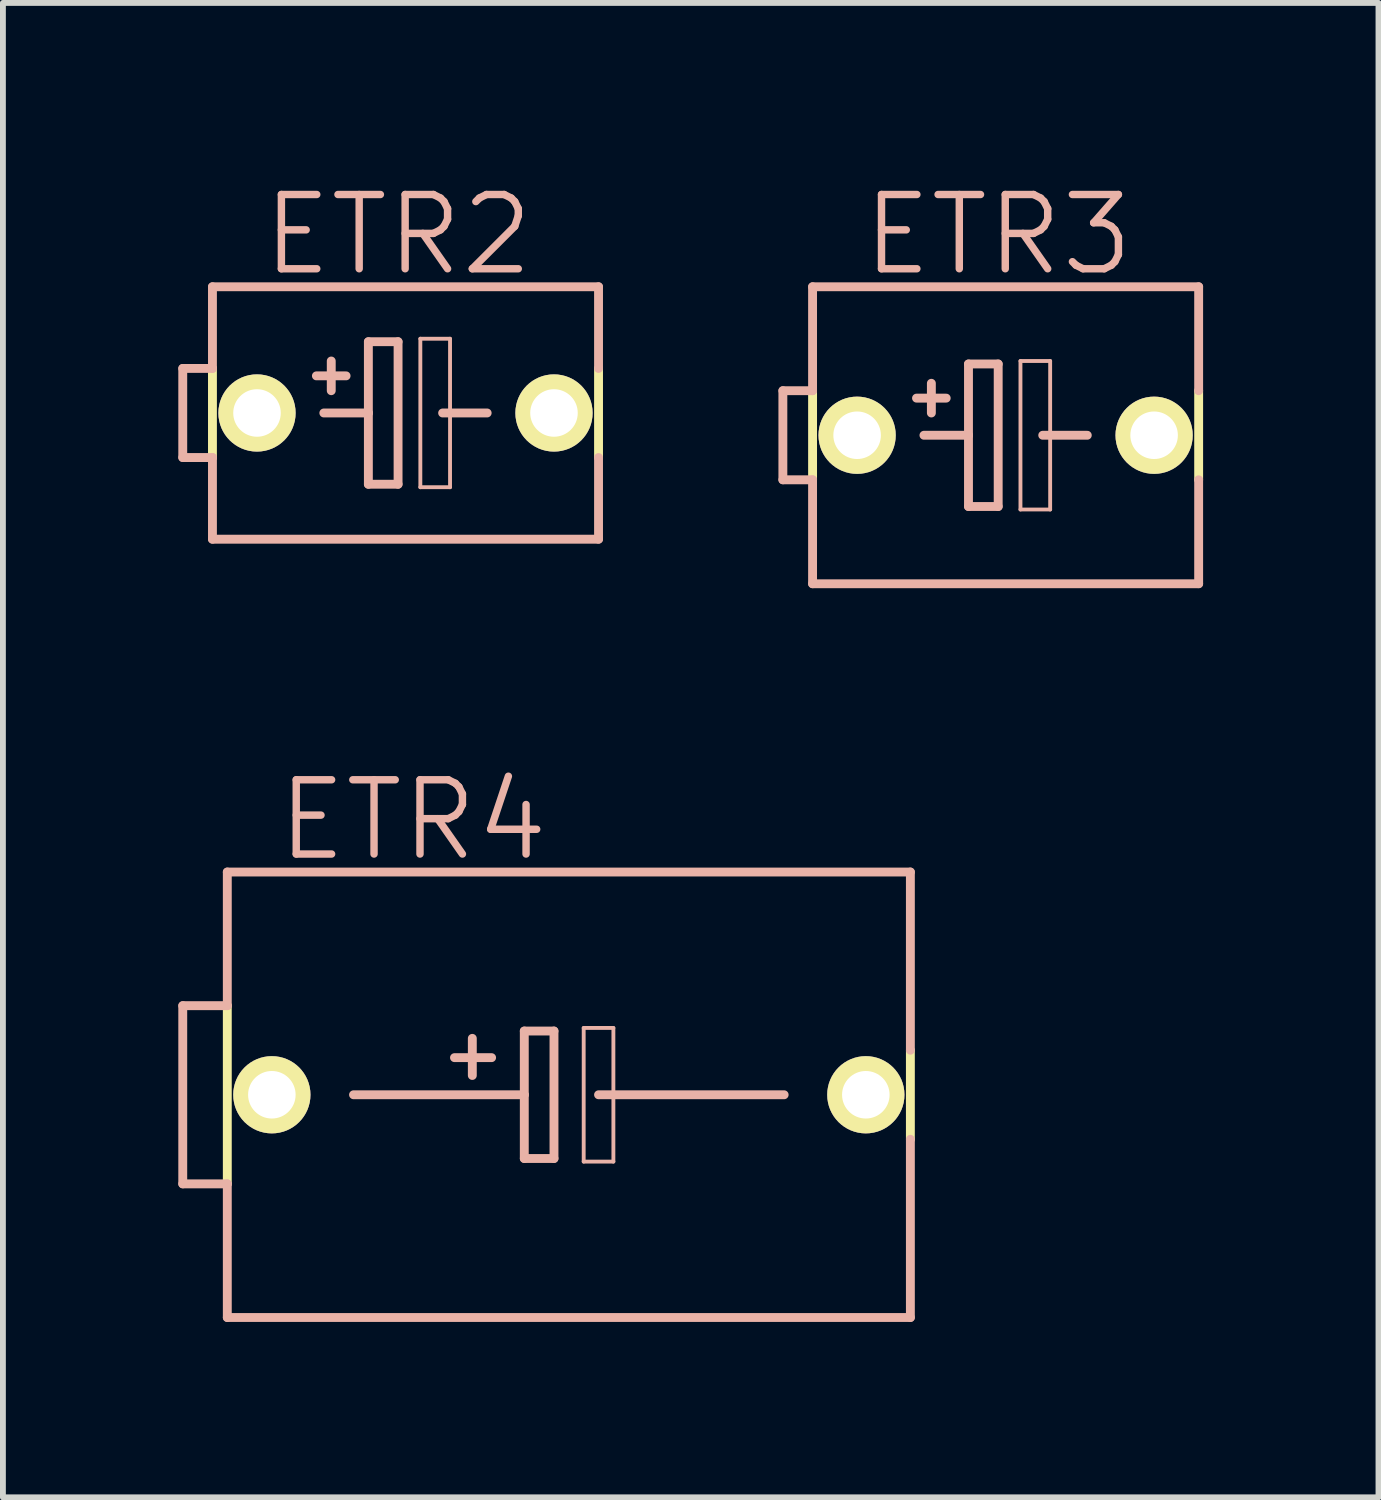
<source format=kicad_pcb>
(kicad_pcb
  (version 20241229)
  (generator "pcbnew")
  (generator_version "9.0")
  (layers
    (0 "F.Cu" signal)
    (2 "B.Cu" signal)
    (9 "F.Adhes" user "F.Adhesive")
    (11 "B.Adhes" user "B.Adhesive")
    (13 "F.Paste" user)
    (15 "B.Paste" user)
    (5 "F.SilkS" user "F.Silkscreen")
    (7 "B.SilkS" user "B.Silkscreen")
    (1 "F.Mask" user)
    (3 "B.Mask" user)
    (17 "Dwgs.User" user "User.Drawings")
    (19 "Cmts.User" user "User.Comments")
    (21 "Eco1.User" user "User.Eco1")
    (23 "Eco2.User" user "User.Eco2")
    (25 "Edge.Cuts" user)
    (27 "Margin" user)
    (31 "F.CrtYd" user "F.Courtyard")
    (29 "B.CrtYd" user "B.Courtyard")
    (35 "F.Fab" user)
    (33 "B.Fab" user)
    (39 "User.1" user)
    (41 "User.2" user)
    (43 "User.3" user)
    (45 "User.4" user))
  (footprint "ETR4"
    (layer "F.Cu")
    (at 6.68 15.676)
    (property "Reference" "ETR4" (at -2.667 -4.699 0) (layer "B.SilkS") (effects (font (size 1.27 1.27) (thickness 0.127))))
    (attr exclude_from_pos_files exclude_from_bom)
    (fp_line (start -5.842 1.524) (end -5.842 -1.524) (stroke (width 0.152) (type solid)) (layer "F.SilkS"))
    (fp_line (start 5.842 -0.762) (end 5.842 0.762) (stroke (width 0.152) (type solid)) (layer "F.SilkS"))
    (fp_line (start -6.604 -1.524) (end -6.604 1.524) (stroke (width 0.152) (type solid)) (layer "B.SilkS"))
    (fp_line (start -6.604 1.524) (end -5.842 1.524) (stroke (width 0.152) (type solid)) (layer "B.SilkS"))
    (fp_line (start -5.842 -1.524) (end -6.604 -1.524) (stroke (width 0.152) (type solid)) (layer "B.SilkS"))
    (fp_line (start -5.842 -1.524) (end -5.842 -3.81) (stroke (width 0.152) (type solid)) (layer "B.SilkS"))
    (fp_line (start -5.842 3.81) (end -5.842 1.524) (stroke (width 0.152) (type solid)) (layer "B.SilkS"))
    (fp_line (start -5.842 3.81) (end 5.842 3.81) (stroke (width 0.152) (type solid)) (layer "B.SilkS"))
    (fp_line (start -3.683 0) (end -0.762 0) (stroke (width 0.152) (type solid)) (layer "B.SilkS"))
    (fp_line (start -1.651 -0.965) (end -1.651 -0.33) (stroke (width 0.152) (type solid)) (layer "B.SilkS"))
    (fp_line (start -1.321 -0.635) (end -1.956 -0.635) (stroke (width 0.152) (type solid)) (layer "B.SilkS"))
    (fp_line (start -0.762 -1.09) (end -0.762 0) (stroke (width 0.152) (type solid)) (layer "B.SilkS"))
    (fp_line (start -0.762 0) (end -0.762 1.09) (stroke (width 0.152) (type solid)) (layer "B.SilkS"))
    (fp_line (start -0.762 1.09) (end -0.254 1.09) (stroke (width 0.152) (type solid)) (layer "B.SilkS"))
    (fp_line (start -0.254 -1.09) (end -0.762 -1.09) (stroke (width 0.152) (type solid)) (layer "B.SilkS"))
    (fp_line (start -0.254 1.09) (end -0.254 -1.09) (stroke (width 0.152) (type solid)) (layer "B.SilkS"))
    (fp_line (start 0.254 -1.143) (end 0.762 -1.143) (stroke (width 0.066) (type solid)) (layer "B.SilkS"))
    (fp_line (start 0.254 1.143) (end 0.254 -1.143) (stroke (width 0.066) (type solid)) (layer "B.SilkS"))
    (fp_line (start 0.254 1.143) (end 0.762 1.143) (stroke (width 0.066) (type solid)) (layer "B.SilkS"))
    (fp_line (start 0.762 1.143) (end 0.762 -1.143) (stroke (width 0.066) (type solid)) (layer "B.SilkS"))
    (fp_line (start 3.683 0) (end 0.508 0) (stroke (width 0.152) (type solid)) (layer "B.SilkS"))
    (fp_line (start 5.842 -3.81) (end -5.842 -3.81) (stroke (width 0.152) (type solid)) (layer "B.SilkS"))
    (fp_line (start 5.842 -0.762) (end 5.842 -3.81) (stroke (width 0.152) (type solid)) (layer "B.SilkS"))
    (fp_line (start 5.842 3.81) (end 5.842 0.762) (stroke (width 0.152) (type solid)) (layer "B.SilkS"))
    (pad "+" thru_hole circle (at -5.08 0) (size 1.321 1.321) (drill 0.813) (layers "*.Cu" "F.Mask" "F.SilkS" "F.Paste"))
    (pad "-" thru_hole circle (at 5.08 0) (size 1.321 1.321) (drill 0.813) (layers "*.Cu" "F.Mask" "F.SilkS" "F.Paste")))
  (footprint "ETR3"
    (layer "F.Cu")
    (at 14.151 4.395)
    (property "Reference" "ETR3" (at -0.127 -3.429 0) (layer "B.SilkS") (effects (font (size 1.27 1.27) (thickness 0.127))))
    (attr exclude_from_pos_files exclude_from_bom)
    (fp_line (start -3.302 0.762) (end -3.302 -0.762) (stroke (width 0.152) (type solid)) (layer "F.SilkS"))
    (fp_line (start 3.302 -0.762) (end 3.302 0.762) (stroke (width 0.152) (type solid)) (layer "F.SilkS"))
    (fp_line (start -3.81 -0.762) (end -3.81 0.762) (stroke (width 0.152) (type solid)) (layer "B.SilkS"))
    (fp_line (start -3.81 0.762) (end -3.302 0.762) (stroke (width 0.152) (type solid)) (layer "B.SilkS"))
    (fp_line (start -3.302 -0.762) (end -3.81 -0.762) (stroke (width 0.152) (type solid)) (layer "B.SilkS"))
    (fp_line (start -3.302 -0.762) (end -3.302 -2.54) (stroke (width 0.152) (type solid)) (layer "B.SilkS"))
    (fp_line (start -3.302 2.54) (end -3.302 0.762) (stroke (width 0.152) (type solid)) (layer "B.SilkS"))
    (fp_line (start -3.302 2.54) (end 3.302 2.54) (stroke (width 0.152) (type solid)) (layer "B.SilkS"))
    (fp_line (start -1.524 -0.635) (end -1.016 -0.635) (stroke (width 0.152) (type solid)) (layer "B.SilkS"))
    (fp_line (start -1.397 0) (end -0.635 0) (stroke (width 0.152) (type solid)) (layer "B.SilkS"))
    (fp_line (start -1.27 -0.889) (end -1.27 -0.381) (stroke (width 0.152) (type solid)) (layer "B.SilkS"))
    (fp_line (start -0.635 -1.219) (end -0.635 0) (stroke (width 0.152) (type solid)) (layer "B.SilkS"))
    (fp_line (start -0.635 0) (end -0.635 1.219) (stroke (width 0.152) (type solid)) (layer "B.SilkS"))
    (fp_line (start -0.635 1.219) (end -0.127 1.219) (stroke (width 0.152) (type solid)) (layer "B.SilkS"))
    (fp_line (start -0.127 -1.219) (end -0.635 -1.219) (stroke (width 0.152) (type solid)) (layer "B.SilkS"))
    (fp_line (start -0.127 1.219) (end -0.127 -1.219) (stroke (width 0.152) (type solid)) (layer "B.SilkS"))
    (fp_line (start 0.254 -1.27) (end 0.762 -1.27) (stroke (width 0.066) (type solid)) (layer "B.SilkS"))
    (fp_line (start 0.254 1.27) (end 0.254 -1.27) (stroke (width 0.066) (type solid)) (layer "B.SilkS"))
    (fp_line (start 0.254 1.27) (end 0.762 1.27) (stroke (width 0.066) (type solid)) (layer "B.SilkS"))
    (fp_line (start 0.635 0) (end 1.397 0) (stroke (width 0.152) (type solid)) (layer "B.SilkS"))
    (fp_line (start 0.762 1.27) (end 0.762 -1.27) (stroke (width 0.066) (type solid)) (layer "B.SilkS"))
    (fp_line (start 3.302 -2.54) (end -3.302 -2.54) (stroke (width 0.152) (type solid)) (layer "B.SilkS"))
    (fp_line (start 3.302 -0.762) (end 3.302 -2.54) (stroke (width 0.152) (type solid)) (layer "B.SilkS"))
    (fp_line (start 3.302 2.54) (end 3.302 0.762) (stroke (width 0.152) (type solid)) (layer "B.SilkS"))
    (pad "+" thru_hole circle (at -2.54 0) (size 1.321 1.321) (drill 0.813) (layers "*.Cu" "F.Mask" "F.SilkS" "F.Paste"))
    (pad "-" thru_hole circle (at 2.54 0) (size 1.321 1.321) (drill 0.813) (layers "*.Cu" "F.Mask" "F.SilkS" "F.Paste")))
  (footprint "ETR2"
    (layer "F.Cu")
    (at 3.886 4.014)
    (property "Reference" "ETR2" (at -0.127 -3.048 0) (layer "B.SilkS") (effects (font (size 1.27 1.27) (thickness 0.127))))
    (attr exclude_from_pos_files exclude_from_bom)
    (fp_line (start -3.302 0.762) (end -3.302 -0.762) (stroke (width 0.152) (type solid)) (layer "F.SilkS"))
    (fp_line (start 3.302 -0.762) (end 3.302 0.762) (stroke (width 0.152) (type solid)) (layer "F.SilkS"))
    (fp_line (start -3.81 -0.762) (end -3.81 0.762) (stroke (width 0.152) (type solid)) (layer "B.SilkS"))
    (fp_line (start -3.81 0.762) (end -3.302 0.762) (stroke (width 0.152) (type solid)) (layer "B.SilkS"))
    (fp_line (start -3.302 -0.762) (end -3.81 -0.762) (stroke (width 0.152) (type solid)) (layer "B.SilkS"))
    (fp_line (start -3.302 -0.762) (end -3.302 -2.159) (stroke (width 0.152) (type solid)) (layer "B.SilkS"))
    (fp_line (start -3.302 2.159) (end -3.302 0.762) (stroke (width 0.152) (type solid)) (layer "B.SilkS"))
    (fp_line (start -3.302 2.159) (end 3.302 2.159) (stroke (width 0.152) (type solid)) (layer "B.SilkS"))
    (fp_line (start -1.524 -0.635) (end -1.016 -0.635) (stroke (width 0.152) (type solid)) (layer "B.SilkS"))
    (fp_line (start -1.397 0) (end -0.635 0) (stroke (width 0.152) (type solid)) (layer "B.SilkS"))
    (fp_line (start -1.27 -0.889) (end -1.27 -0.381) (stroke (width 0.152) (type solid)) (layer "B.SilkS"))
    (fp_line (start -0.635 -1.219) (end -0.635 0) (stroke (width 0.152) (type solid)) (layer "B.SilkS"))
    (fp_line (start -0.635 0) (end -0.635 1.219) (stroke (width 0.152) (type solid)) (layer "B.SilkS"))
    (fp_line (start -0.635 1.219) (end -0.127 1.219) (stroke (width 0.152) (type solid)) (layer "B.SilkS"))
    (fp_line (start -0.127 -1.219) (end -0.635 -1.219) (stroke (width 0.152) (type solid)) (layer "B.SilkS"))
    (fp_line (start -0.127 1.219) (end -0.127 -1.219) (stroke (width 0.152) (type solid)) (layer "B.SilkS"))
    (fp_line (start 0.254 -1.27) (end 0.762 -1.27) (stroke (width 0.066) (type solid)) (layer "B.SilkS"))
    (fp_line (start 0.254 1.27) (end 0.254 -1.27) (stroke (width 0.066) (type solid)) (layer "B.SilkS"))
    (fp_line (start 0.254 1.27) (end 0.762 1.27) (stroke (width 0.066) (type solid)) (layer "B.SilkS"))
    (fp_line (start 0.635 0) (end 1.397 0) (stroke (width 0.152) (type solid)) (layer "B.SilkS"))
    (fp_line (start 0.762 1.27) (end 0.762 -1.27) (stroke (width 0.066) (type solid)) (layer "B.SilkS"))
    (fp_line (start 3.302 -2.159) (end -3.302 -2.159) (stroke (width 0.152) (type solid)) (layer "B.SilkS"))
    (fp_line (start 3.302 -0.762) (end 3.302 -2.159) (stroke (width 0.152) (type solid)) (layer "B.SilkS"))
    (fp_line (start 3.302 2.159) (end 3.302 0.762) (stroke (width 0.152) (type solid)) (layer "B.SilkS"))
    (pad "+" thru_hole circle (at -2.54 0) (size 1.321 1.321) (drill 0.813) (layers "*.Cu" "F.Mask" "F.SilkS" "F.Paste"))
    (pad "-" thru_hole circle (at 2.54 0) (size 1.321 1.321) (drill 0.813) (layers "*.Cu" "F.Mask" "F.SilkS" "F.Paste")))
  (gr_rect
    (start -3 -3)
    (end 20.529 22.562)
    (stroke (width 0.1) (type default))
    (fill no)
    (layer "Edge.Cuts")))
</source>
